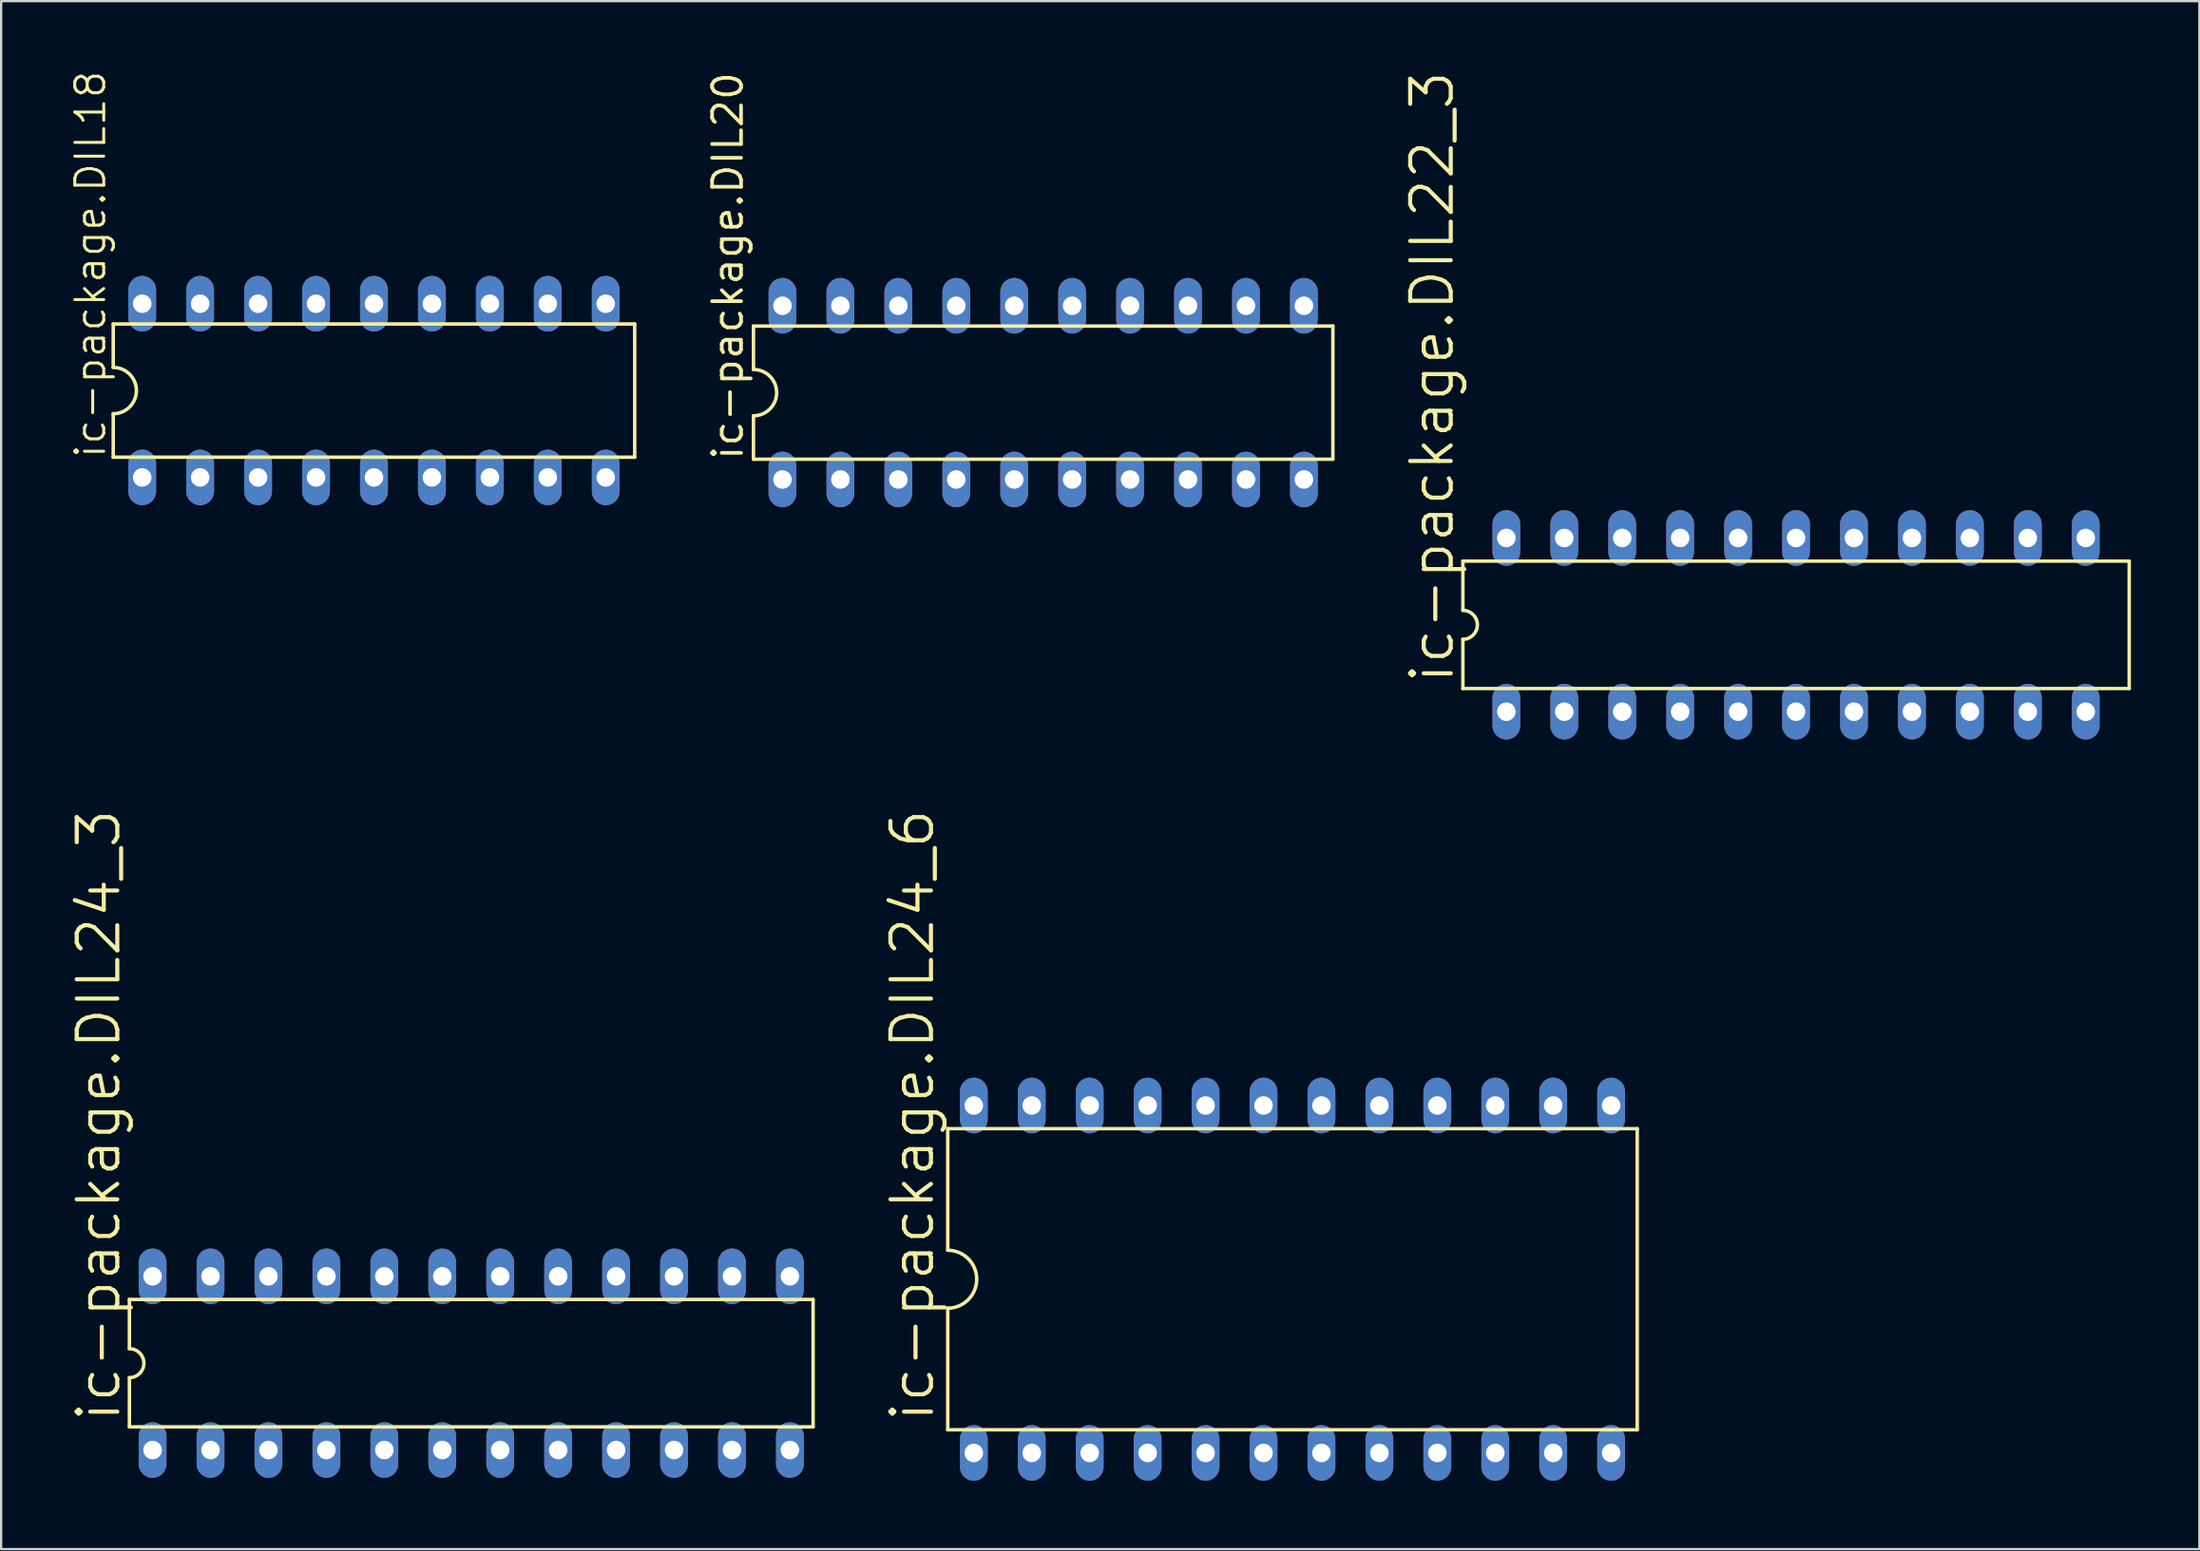
<source format=kicad_pcb>
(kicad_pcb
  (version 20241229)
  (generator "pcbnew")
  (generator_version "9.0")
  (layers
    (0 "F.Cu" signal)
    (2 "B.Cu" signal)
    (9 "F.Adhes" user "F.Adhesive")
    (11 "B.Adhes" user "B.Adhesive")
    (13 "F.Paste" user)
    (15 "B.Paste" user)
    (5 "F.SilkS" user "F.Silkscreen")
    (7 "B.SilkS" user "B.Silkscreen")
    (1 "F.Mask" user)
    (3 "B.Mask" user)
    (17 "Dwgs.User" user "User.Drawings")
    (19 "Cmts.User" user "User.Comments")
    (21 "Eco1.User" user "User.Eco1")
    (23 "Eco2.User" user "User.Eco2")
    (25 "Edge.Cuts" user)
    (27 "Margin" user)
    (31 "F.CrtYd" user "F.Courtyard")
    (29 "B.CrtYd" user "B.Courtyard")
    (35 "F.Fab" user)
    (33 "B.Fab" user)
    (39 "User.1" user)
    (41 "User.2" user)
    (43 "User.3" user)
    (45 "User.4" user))
  (footprint "ic-package.DIL24_6"
    (layer "F.Cu")
    (at 53.61 53.06)
    (property "Reference" "ic-package.DIL24_6" (at -15.621 6.35 90) (layer "F.SilkS") (effects (font (size 1.778 1.778) (thickness 0.18)) (justify left bottom)))
    (attr through_hole)
    (fp_line (start -15.113 -6.604) (end -15.113 -1.27) (stroke (width 0.152) (type default)) (layer "F.SilkS"))
    (fp_line (start -15.113 -6.604) (end 15.113 -6.604) (stroke (width 0.152) (type default)) (layer "F.SilkS"))
    (fp_line (start -15.113 1.27) (end -15.113 6.604) (stroke (width 0.152) (type default)) (layer "F.SilkS"))
    (fp_line (start -15.113 6.604) (end 15.113 6.604) (stroke (width 0.152) (type default)) (layer "F.SilkS"))
    (fp_line (start 15.113 6.604) (end 15.113 -6.604) (stroke (width 0.152) (type default)) (layer "F.SilkS"))
    (fp_arc (start -15.113 -1.27) (mid -13.843 0) (end -15.113 1.27) (stroke (width 0.1524) (type default)) (layer "F.SilkS"))
    (pad "1" thru_hole oval (at -13.97 7.62 90) (size 2.438 1.219) (drill 0.813) (layers "*.Cu" "*.Mask"))
    (pad "2" thru_hole oval (at -11.43 7.62 90) (size 2.438 1.219) (drill 0.813) (layers "*.Cu" "*.Mask"))
    (pad "3" thru_hole oval (at -8.89 7.62 90) (size 2.438 1.219) (drill 0.813) (layers "*.Cu" "*.Mask"))
    (pad "4" thru_hole oval (at -6.35 7.62 90) (size 2.438 1.219) (drill 0.813) (layers "*.Cu" "*.Mask"))
    (pad "5" thru_hole oval (at -3.81 7.62 90) (size 2.438 1.219) (drill 0.813) (layers "*.Cu" "*.Mask"))
    (pad "6" thru_hole oval (at -1.27 7.62 90) (size 2.438 1.219) (drill 0.813) (layers "*.Cu" "*.Mask"))
    (pad "7" thru_hole oval (at 1.27 7.62 90) (size 2.438 1.219) (drill 0.813) (layers "*.Cu" "*.Mask"))
    (pad "8" thru_hole oval (at 3.81 7.62 90) (size 2.438 1.219) (drill 0.813) (layers "*.Cu" "*.Mask"))
    (pad "9" thru_hole oval (at 6.35 7.62 90) (size 2.438 1.219) (drill 0.813) (layers "*.Cu" "*.Mask"))
    (pad "10" thru_hole oval (at 8.89 7.62 90) (size 2.438 1.219) (drill 0.813) (layers "*.Cu" "*.Mask"))
    (pad "11" thru_hole oval (at 11.43 7.62 90) (size 2.438 1.219) (drill 0.813) (layers "*.Cu" "*.Mask"))
    (pad "12" thru_hole oval (at 13.97 7.62 90) (size 2.438 1.219) (drill 0.813) (layers "*.Cu" "*.Mask"))
    (pad "13" thru_hole oval (at 13.97 -7.62 90) (size 2.438 1.219) (drill 0.813) (layers "*.Cu" "*.Mask"))
    (pad "14" thru_hole oval (at 11.43 -7.62 90) (size 2.438 1.219) (drill 0.813) (layers "*.Cu" "*.Mask"))
    (pad "15" thru_hole oval (at 8.89 -7.62 90) (size 2.438 1.219) (drill 0.813) (layers "*.Cu" "*.Mask"))
    (pad "16" thru_hole oval (at 6.35 -7.62 90) (size 2.438 1.219) (drill 0.813) (layers "*.Cu" "*.Mask"))
    (pad "17" thru_hole oval (at 3.81 -7.62 90) (size 2.438 1.219) (drill 0.813) (layers "*.Cu" "*.Mask"))
    (pad "18" thru_hole oval (at 1.27 -7.62 90) (size 2.438 1.219) (drill 0.813) (layers "*.Cu" "*.Mask"))
    (pad "19" thru_hole oval (at -1.27 -7.62 90) (size 2.438 1.219) (drill 0.813) (layers "*.Cu" "*.Mask"))
    (pad "20" thru_hole oval (at -3.81 -7.62 90) (size 2.438 1.219) (drill 0.813) (layers "*.Cu" "*.Mask"))
    (pad "21" thru_hole oval (at -6.35 -7.62 90) (size 2.438 1.219) (drill 0.813) (layers "*.Cu" "*.Mask"))
    (pad "22" thru_hole oval (at -8.89 -7.62 90) (size 2.438 1.219) (drill 0.813) (layers "*.Cu" "*.Mask"))
    (pad "23" thru_hole oval (at -11.43 -7.62 90) (size 2.438 1.219) (drill 0.813) (layers "*.Cu" "*.Mask"))
    (pad "24" thru_hole oval (at -13.97 -7.62 90) (size 2.438 1.219) (drill 0.813) (layers "*.Cu" "*.Mask")))
  (footprint "ic-package.DIL18"
    (layer "F.Cu")
    (at 13.344 14.082)
    (property "Reference" "ic-package.DIL18" (at -11.684 3.048 90) (layer "F.SilkS") (effects (font (size 1.27 1.27) (thickness 0.13)) (justify left bottom)))
    (attr through_hole)
    (fp_line (start -11.43 -2.921) (end -11.43 -1.016) (stroke (width 0.152) (type default)) (layer "F.SilkS"))
    (fp_line (start -11.43 2.921) (end -11.43 1.016) (stroke (width 0.152) (type default)) (layer "F.SilkS"))
    (fp_line (start -11.43 2.921) (end 11.43 2.921) (stroke (width 0.152) (type default)) (layer "F.SilkS"))
    (fp_line (start 11.43 -2.921) (end -11.43 -2.921) (stroke (width 0.152) (type default)) (layer "F.SilkS"))
    (fp_line (start 11.43 -2.921) (end 11.43 2.921) (stroke (width 0.152) (type default)) (layer "F.SilkS"))
    (fp_arc (start -11.43 -1.016) (mid -10.414 0) (end -11.43 1.016) (stroke (width 0.1524) (type default)) (layer "F.SilkS"))
    (pad "1" thru_hole oval (at -10.16 3.81 90) (size 2.438 1.219) (drill 0.813) (layers "*.Cu" "*.Mask"))
    (pad "2" thru_hole oval (at -7.62 3.81 90) (size 2.438 1.219) (drill 0.813) (layers "*.Cu" "*.Mask"))
    (pad "3" thru_hole oval (at -5.08 3.81 90) (size 2.438 1.219) (drill 0.813) (layers "*.Cu" "*.Mask"))
    (pad "4" thru_hole oval (at -2.54 3.81 90) (size 2.438 1.219) (drill 0.813) (layers "*.Cu" "*.Mask"))
    (pad "5" thru_hole oval (at 0 3.81 90) (size 2.438 1.219) (drill 0.813) (layers "*.Cu" "*.Mask"))
    (pad "6" thru_hole oval (at 2.54 3.81 90) (size 2.438 1.219) (drill 0.813) (layers "*.Cu" "*.Mask"))
    (pad "7" thru_hole oval (at 5.08 3.81 90) (size 2.438 1.219) (drill 0.813) (layers "*.Cu" "*.Mask"))
    (pad "8" thru_hole oval (at 7.62 3.81 90) (size 2.438 1.219) (drill 0.813) (layers "*.Cu" "*.Mask"))
    (pad "9" thru_hole oval (at 10.16 3.81 90) (size 2.438 1.219) (drill 0.813) (layers "*.Cu" "*.Mask"))
    (pad "10" thru_hole oval (at 10.16 -3.81 90) (size 2.438 1.219) (drill 0.813) (layers "*.Cu" "*.Mask"))
    (pad "11" thru_hole oval (at 7.62 -3.81 90) (size 2.438 1.219) (drill 0.813) (layers "*.Cu" "*.Mask"))
    (pad "12" thru_hole oval (at 5.08 -3.81 90) (size 2.438 1.219) (drill 0.813) (layers "*.Cu" "*.Mask"))
    (pad "13" thru_hole oval (at 2.54 -3.81 90) (size 2.438 1.219) (drill 0.813) (layers "*.Cu" "*.Mask"))
    (pad "14" thru_hole oval (at 0 -3.81 90) (size 2.438 1.219) (drill 0.813) (layers "*.Cu" "*.Mask"))
    (pad "15" thru_hole oval (at -2.54 -3.81 90) (size 2.438 1.219) (drill 0.813) (layers "*.Cu" "*.Mask"))
    (pad "16" thru_hole oval (at -5.08 -3.81 90) (size 2.438 1.219) (drill 0.813) (layers "*.Cu" "*.Mask"))
    (pad "17" thru_hole oval (at -7.62 -3.81 90) (size 2.438 1.219) (drill 0.813) (layers "*.Cu" "*.Mask"))
    (pad "18" thru_hole oval (at -10.16 -3.81 90) (size 2.438 1.219) (drill 0.813) (layers "*.Cu" "*.Mask")))
  (footprint "ic-package.DIL22_3"
    (layer "F.Cu")
    (at 75.685 24.357)
    (property "Reference" "ic-package.DIL22_3" (at -14.91 2.667 90) (layer "F.SilkS") (effects (font (size 1.778 1.778) (thickness 0.18)) (justify left bottom)))
    (attr through_hole)
    (fp_line (start -14.605 -2.794) (end -14.605 -0.635) (stroke (width 0.152) (type default)) (layer "F.SilkS"))
    (fp_line (start -14.605 -2.794) (end 14.605 -2.794) (stroke (width 0.152) (type default)) (layer "F.SilkS"))
    (fp_line (start -14.605 0.635) (end -14.605 2.794) (stroke (width 0.152) (type default)) (layer "F.SilkS"))
    (fp_line (start -14.605 2.794) (end 14.605 2.794) (stroke (width 0.152) (type default)) (layer "F.SilkS"))
    (fp_line (start 14.605 2.794) (end 14.605 -2.794) (stroke (width 0.152) (type default)) (layer "F.SilkS"))
    (fp_arc (start -14.605 -0.635) (mid -13.97 0) (end -14.605 0.635) (stroke (width 0.1524) (type default)) (layer "F.SilkS"))
    (pad "1" thru_hole oval (at -12.7 3.81 90) (size 2.438 1.219) (drill 0.813) (layers "*.Cu" "*.Mask"))
    (pad "2" thru_hole oval (at -10.16 3.81 90) (size 2.438 1.219) (drill 0.813) (layers "*.Cu" "*.Mask"))
    (pad "3" thru_hole oval (at -7.62 3.81 90) (size 2.438 1.219) (drill 0.813) (layers "*.Cu" "*.Mask"))
    (pad "4" thru_hole oval (at -5.08 3.81 90) (size 2.438 1.219) (drill 0.813) (layers "*.Cu" "*.Mask"))
    (pad "5" thru_hole oval (at -2.54 3.81 90) (size 2.438 1.219) (drill 0.813) (layers "*.Cu" "*.Mask"))
    (pad "6" thru_hole oval (at 0 3.81 90) (size 2.438 1.219) (drill 0.813) (layers "*.Cu" "*.Mask"))
    (pad "7" thru_hole oval (at 2.54 3.81 90) (size 2.438 1.219) (drill 0.813) (layers "*.Cu" "*.Mask"))
    (pad "8" thru_hole oval (at 5.08 3.81 90) (size 2.438 1.219) (drill 0.813) (layers "*.Cu" "*.Mask"))
    (pad "9" thru_hole oval (at 7.62 3.81 90) (size 2.438 1.219) (drill 0.813) (layers "*.Cu" "*.Mask"))
    (pad "10" thru_hole oval (at 10.16 3.81 90) (size 2.438 1.219) (drill 0.813) (layers "*.Cu" "*.Mask"))
    (pad "11" thru_hole oval (at 12.7 3.81 90) (size 2.438 1.219) (drill 0.813) (layers "*.Cu" "*.Mask"))
    (pad "12" thru_hole oval (at 12.7 -3.81 90) (size 2.438 1.219) (drill 0.813) (layers "*.Cu" "*.Mask"))
    (pad "13" thru_hole oval (at 10.16 -3.81 90) (size 2.438 1.219) (drill 0.813) (layers "*.Cu" "*.Mask"))
    (pad "14" thru_hole oval (at 7.62 -3.81 90) (size 2.438 1.219) (drill 0.813) (layers "*.Cu" "*.Mask"))
    (pad "15" thru_hole oval (at 5.08 -3.81 90) (size 2.438 1.219) (drill 0.813) (layers "*.Cu" "*.Mask"))
    (pad "16" thru_hole oval (at 2.54 -3.81 90) (size 2.438 1.219) (drill 0.813) (layers "*.Cu" "*.Mask"))
    (pad "17" thru_hole oval (at 0 -3.81 90) (size 2.438 1.219) (drill 0.813) (layers "*.Cu" "*.Mask"))
    (pad "18" thru_hole oval (at -2.54 -3.81 90) (size 2.438 1.219) (drill 0.813) (layers "*.Cu" "*.Mask"))
    (pad "19" thru_hole oval (at -5.08 -3.81 90) (size 2.438 1.219) (drill 0.813) (layers "*.Cu" "*.Mask"))
    (pad "20" thru_hole oval (at -7.62 -3.81 90) (size 2.438 1.219) (drill 0.813) (layers "*.Cu" "*.Mask"))
    (pad "21" thru_hole oval (at -10.16 -3.81 90) (size 2.438 1.219) (drill 0.813) (layers "*.Cu" "*.Mask"))
    (pad "22" thru_hole oval (at -12.7 -3.81 90) (size 2.438 1.219) (drill 0.813) (layers "*.Cu" "*.Mask")))
  (footprint "ic-package.DIL24_3"
    (layer "F.Cu")
    (at 17.609 56.743)
    (property "Reference" "ic-package.DIL24_3" (at -15.291 2.667 90) (layer "F.SilkS") (effects (font (size 1.778 1.778) (thickness 0.18)) (justify left bottom)))
    (attr through_hole)
    (fp_line (start -14.986 -2.794) (end -14.986 -0.635) (stroke (width 0.152) (type default)) (layer "F.SilkS"))
    (fp_line (start -14.986 -2.794) (end 14.986 -2.794) (stroke (width 0.152) (type default)) (layer "F.SilkS"))
    (fp_line (start -14.986 0.635) (end -14.986 2.794) (stroke (width 0.152) (type default)) (layer "F.SilkS"))
    (fp_line (start -14.986 2.794) (end 14.986 2.794) (stroke (width 0.152) (type default)) (layer "F.SilkS"))
    (fp_line (start 14.986 2.794) (end 14.986 -2.794) (stroke (width 0.152) (type default)) (layer "F.SilkS"))
    (fp_arc (start -14.986 -0.635) (mid -14.351 0) (end -14.986 0.635) (stroke (width 0.1524) (type default)) (layer "F.SilkS"))
    (pad "1" thru_hole oval (at -13.97 3.81 90) (size 2.438 1.219) (drill 0.813) (layers "*.Cu" "*.Mask"))
    (pad "2" thru_hole oval (at -11.43 3.81 90) (size 2.438 1.219) (drill 0.813) (layers "*.Cu" "*.Mask"))
    (pad "3" thru_hole oval (at -8.89 3.81 90) (size 2.438 1.219) (drill 0.813) (layers "*.Cu" "*.Mask"))
    (pad "4" thru_hole oval (at -6.35 3.81 90) (size 2.438 1.219) (drill 0.813) (layers "*.Cu" "*.Mask"))
    (pad "5" thru_hole oval (at -3.81 3.81 90) (size 2.438 1.219) (drill 0.813) (layers "*.Cu" "*.Mask"))
    (pad "6" thru_hole oval (at -1.27 3.81 90) (size 2.438 1.219) (drill 0.813) (layers "*.Cu" "*.Mask"))
    (pad "7" thru_hole oval (at 1.27 3.81 90) (size 2.438 1.219) (drill 0.813) (layers "*.Cu" "*.Mask"))
    (pad "8" thru_hole oval (at 3.81 3.81 90) (size 2.438 1.219) (drill 0.813) (layers "*.Cu" "*.Mask"))
    (pad "9" thru_hole oval (at 6.35 3.81 90) (size 2.438 1.219) (drill 0.813) (layers "*.Cu" "*.Mask"))
    (pad "10" thru_hole oval (at 8.89 3.81 90) (size 2.438 1.219) (drill 0.813) (layers "*.Cu" "*.Mask"))
    (pad "11" thru_hole oval (at 11.43 3.81 90) (size 2.438 1.219) (drill 0.813) (layers "*.Cu" "*.Mask"))
    (pad "12" thru_hole oval (at 13.97 3.81 90) (size 2.438 1.219) (drill 0.813) (layers "*.Cu" "*.Mask"))
    (pad "13" thru_hole oval (at 13.97 -3.81 90) (size 2.438 1.219) (drill 0.813) (layers "*.Cu" "*.Mask"))
    (pad "14" thru_hole oval (at 11.43 -3.81 90) (size 2.438 1.219) (drill 0.813) (layers "*.Cu" "*.Mask"))
    (pad "15" thru_hole oval (at 8.89 -3.81 90) (size 2.438 1.219) (drill 0.813) (layers "*.Cu" "*.Mask"))
    (pad "16" thru_hole oval (at 6.35 -3.81 90) (size 2.438 1.219) (drill 0.813) (layers "*.Cu" "*.Mask"))
    (pad "17" thru_hole oval (at 3.81 -3.81 90) (size 2.438 1.219) (drill 0.813) (layers "*.Cu" "*.Mask"))
    (pad "18" thru_hole oval (at 1.27 -3.81 90) (size 2.438 1.219) (drill 0.813) (layers "*.Cu" "*.Mask"))
    (pad "19" thru_hole oval (at -1.27 -3.81 90) (size 2.438 1.219) (drill 0.813) (layers "*.Cu" "*.Mask"))
    (pad "20" thru_hole oval (at -3.81 -3.81 90) (size 2.438 1.219) (drill 0.813) (layers "*.Cu" "*.Mask"))
    (pad "21" thru_hole oval (at -6.35 -3.81 90) (size 2.438 1.219) (drill 0.813) (layers "*.Cu" "*.Mask"))
    (pad "22" thru_hole oval (at -8.89 -3.81 90) (size 2.438 1.219) (drill 0.813) (layers "*.Cu" "*.Mask"))
    (pad "23" thru_hole oval (at -11.43 -3.81 90) (size 2.438 1.219) (drill 0.813) (layers "*.Cu" "*.Mask"))
    (pad "24" thru_hole oval (at -13.97 -3.81 90) (size 2.438 1.219) (drill 0.813) (layers "*.Cu" "*.Mask")))
  (footprint "ic-package.DIL20"
    (layer "F.Cu")
    (at 42.681 14.172)
    (property "Reference" "ic-package.DIL20" (at -13.081 3.048 90) (layer "F.SilkS") (effects (font (size 1.27 1.27) (thickness 0.16)) (justify left bottom)))
    (attr through_hole)
    (fp_line (start -12.7 -2.921) (end -12.7 -1.016) (stroke (width 0.152) (type default)) (layer "F.SilkS"))
    (fp_line (start -12.7 2.921) (end -12.7 1.016) (stroke (width 0.152) (type default)) (layer "F.SilkS"))
    (fp_line (start -12.7 2.921) (end 12.7 2.921) (stroke (width 0.152) (type default)) (layer "F.SilkS"))
    (fp_line (start 12.7 -2.921) (end -12.7 -2.921) (stroke (width 0.152) (type default)) (layer "F.SilkS"))
    (fp_line (start 12.7 -2.921) (end 12.7 2.921) (stroke (width 0.152) (type default)) (layer "F.SilkS"))
    (fp_arc (start -12.7 -1.016) (mid -11.684 0) (end -12.7 1.016) (stroke (width 0.1524) (type default)) (layer "F.SilkS"))
    (pad "1" thru_hole oval (at -11.43 3.81 90) (size 2.438 1.219) (drill 0.813) (layers "*.Cu" "*.Mask"))
    (pad "2" thru_hole oval (at -8.89 3.81 90) (size 2.438 1.219) (drill 0.813) (layers "*.Cu" "*.Mask"))
    (pad "3" thru_hole oval (at -6.35 3.81 90) (size 2.438 1.219) (drill 0.813) (layers "*.Cu" "*.Mask"))
    (pad "4" thru_hole oval (at -3.81 3.81 90) (size 2.438 1.219) (drill 0.813) (layers "*.Cu" "*.Mask"))
    (pad "5" thru_hole oval (at -1.27 3.81 90) (size 2.438 1.219) (drill 0.813) (layers "*.Cu" "*.Mask"))
    (pad "6" thru_hole oval (at 1.27 3.81 90) (size 2.438 1.219) (drill 0.813) (layers "*.Cu" "*.Mask"))
    (pad "7" thru_hole oval (at 3.81 3.81 90) (size 2.438 1.219) (drill 0.813) (layers "*.Cu" "*.Mask"))
    (pad "8" thru_hole oval (at 6.35 3.81 90) (size 2.438 1.219) (drill 0.813) (layers "*.Cu" "*.Mask"))
    (pad "9" thru_hole oval (at 8.89 3.81 90) (size 2.438 1.219) (drill 0.813) (layers "*.Cu" "*.Mask"))
    (pad "10" thru_hole oval (at 11.43 3.81 90) (size 2.438 1.219) (drill 0.813) (layers "*.Cu" "*.Mask"))
    (pad "11" thru_hole oval (at 11.43 -3.81 90) (size 2.438 1.219) (drill 0.813) (layers "*.Cu" "*.Mask"))
    (pad "12" thru_hole oval (at 8.89 -3.81 90) (size 2.438 1.219) (drill 0.813) (layers "*.Cu" "*.Mask"))
    (pad "13" thru_hole oval (at 6.35 -3.81 90) (size 2.438 1.219) (drill 0.813) (layers "*.Cu" "*.Mask"))
    (pad "14" thru_hole oval (at 3.81 -3.81 90) (size 2.438 1.219) (drill 0.813) (layers "*.Cu" "*.Mask"))
    (pad "15" thru_hole oval (at 1.27 -3.81 90) (size 2.438 1.219) (drill 0.813) (layers "*.Cu" "*.Mask"))
    (pad "16" thru_hole oval (at -1.27 -3.81 90) (size 2.438 1.219) (drill 0.813) (layers "*.Cu" "*.Mask"))
    (pad "17" thru_hole oval (at -3.81 -3.81 90) (size 2.438 1.219) (drill 0.813) (layers "*.Cu" "*.Mask"))
    (pad "18" thru_hole oval (at -6.35 -3.81 90) (size 2.438 1.219) (drill 0.813) (layers "*.Cu" "*.Mask"))
    (pad "19" thru_hole oval (at -8.89 -3.81 90) (size 2.438 1.219) (drill 0.813) (layers "*.Cu" "*.Mask"))
    (pad "20" thru_hole oval (at -11.43 -3.81 90) (size 2.438 1.219) (drill 0.813) (layers "*.Cu" "*.Mask")))
  (gr_rect
    (start -3 -3)
    (end 93.366 64.899)
    (stroke (width 0.1) (type default))
    (fill no)
    (layer "Edge.Cuts")))
</source>
